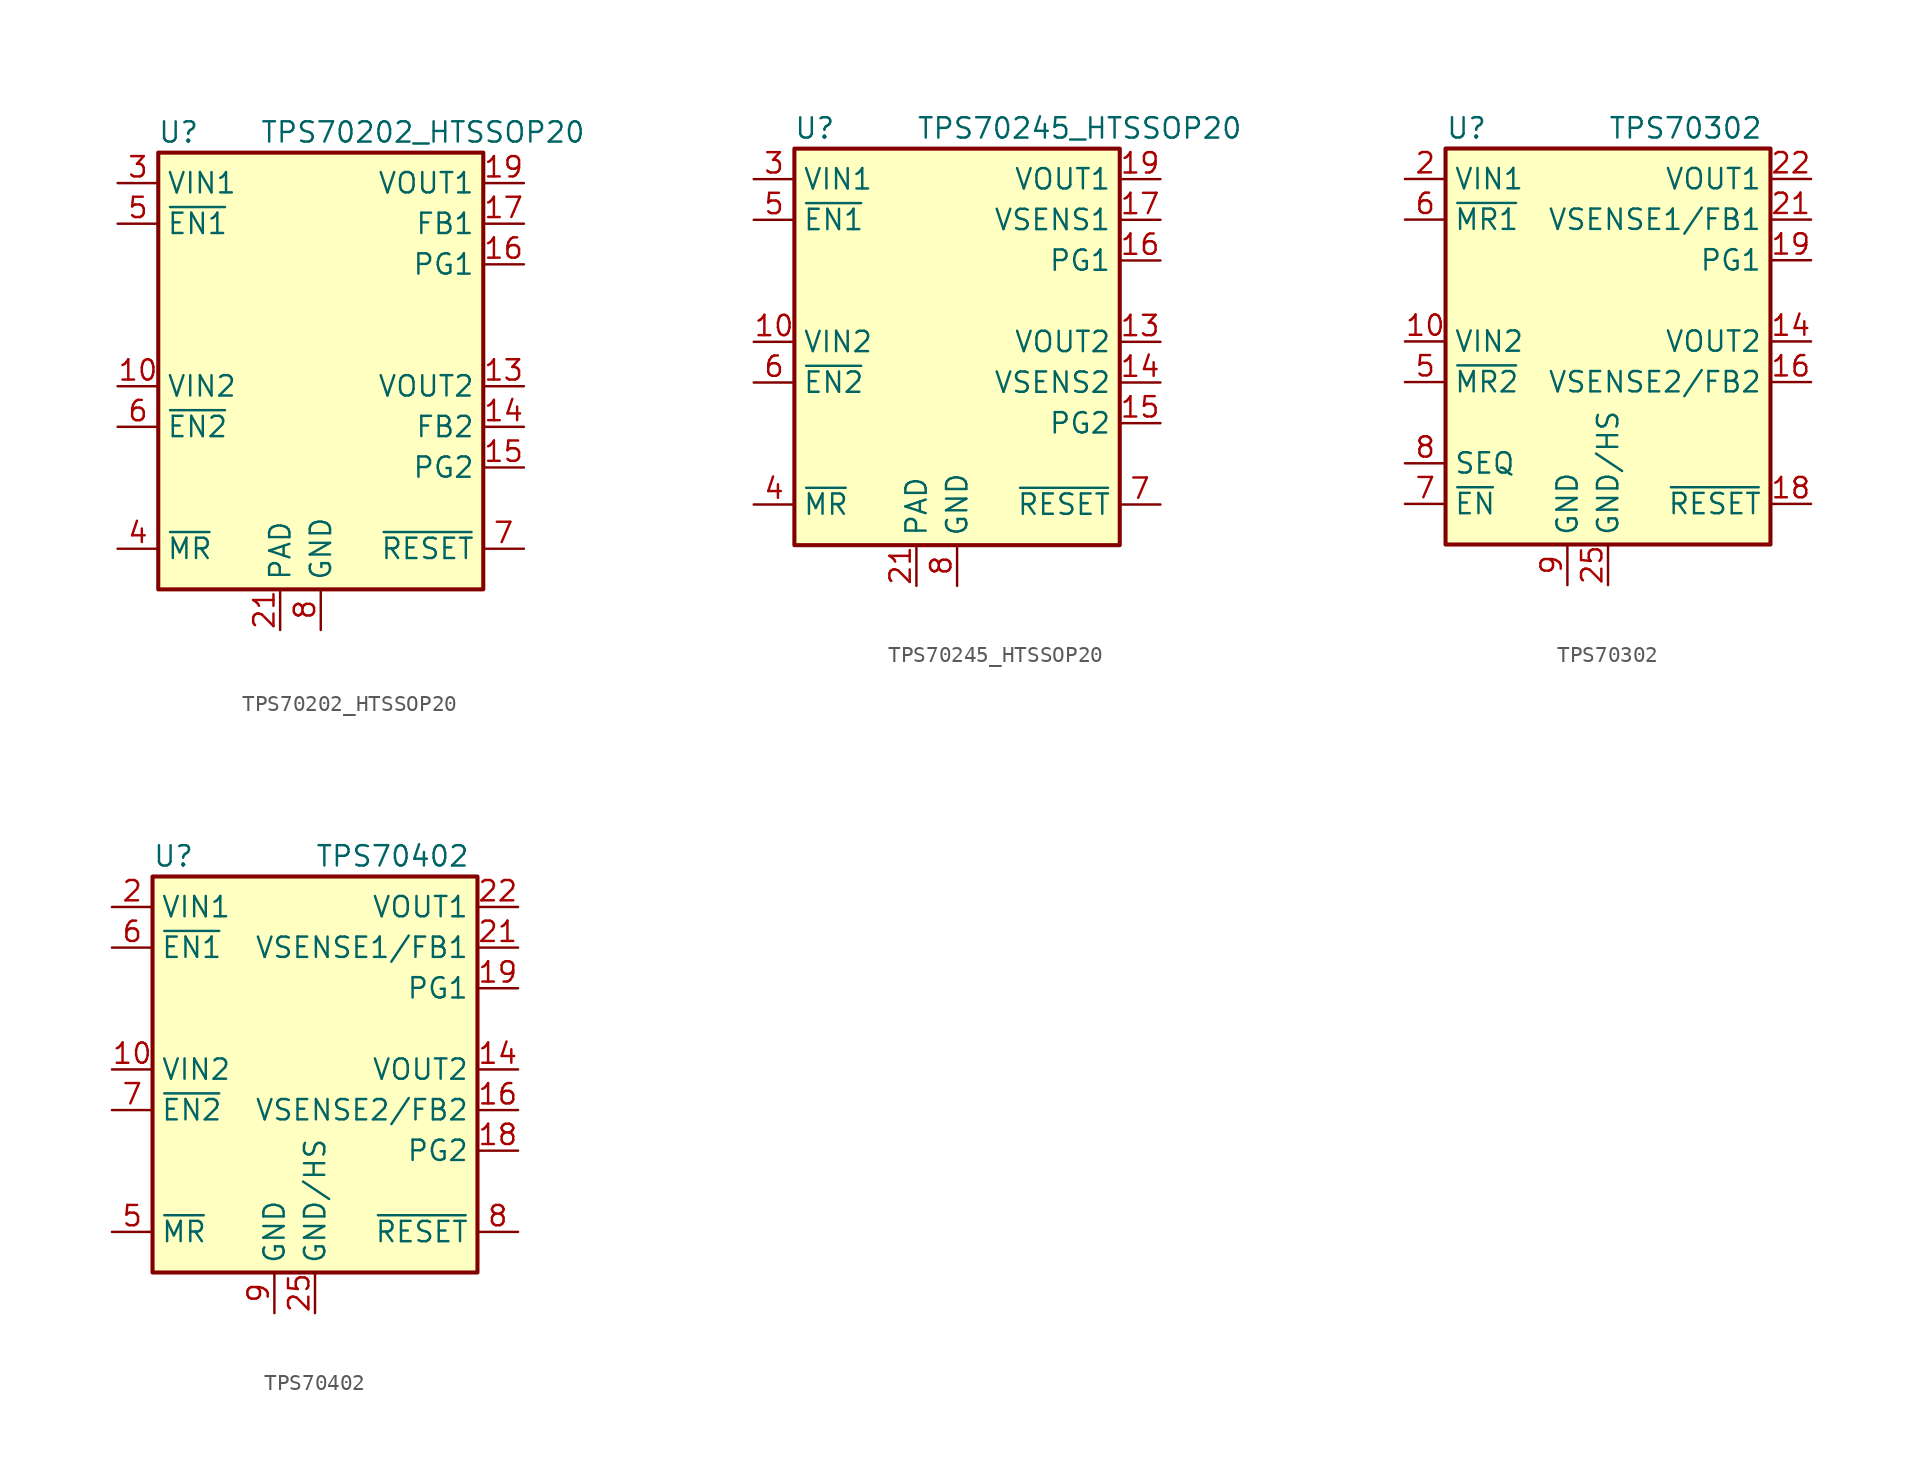
<source format=kicad_sym>
(kicad_symbol_lib
  (version 20220914)
  (generator kicad_symbol_editor)
  (symbol "TPS70202_HTSSOP20"
    (property "Reference" "U"
      (at -8.89 15.875 0)
      (effects (font (size 1.27 1.27))))
    (property "Value" "TPS70202_HTSSOP20"
      (at -3.81 15.875 0)
      (effects (font (size 1.27 1.27)) (justify left)))
    (symbol "TPS70202_HTSSOP20_0_1"
      (rectangle (start -10.16 14.605) (end 10.16 -12.7) (stroke (width 0.254) (type solid)) (fill (type background))))
    (symbol "TPS70202_HTSSOP20_1_1"
      (pin no_connect line (at -12.7 7.62 0) (length 2.54) hide (name "NC" (effects (font (size 1.27 1.27)))) (number "1" (effects (font (size 1.27 1.27)))))
      (pin power_in line (at -12.7 0 0) (length 2.54) (name "VIN2" (effects (font (size 1.27 1.27)))) (number "10" (effects (font (size 1.27 1.27)))))
      (pin no_connect line (at -12.7 5.08 0) (length 2.54) hide (name "NC" (effects (font (size 1.27 1.27)))) (number "11" (effects (font (size 1.27 1.27)))))
      (pin passive line (at 12.7 0 180) (length 2.54) hide (name "VOUT2" (effects (font (size 1.27 1.27)))) (number "12" (effects (font (size 1.27 1.27)))))
      (pin power_out line (at 12.7 0 180) (length 2.54) (name "VOUT2" (effects (font (size 1.27 1.27)))) (number "13" (effects (font (size 1.27 1.27)))))
      (pin input line (at 12.7 -2.54 180) (length 2.54) (name "FB2" (effects (font (size 1.27 1.27)))) (number "14" (effects (font (size 1.27 1.27)))))
      (pin open_collector line (at 12.7 -5.08 180) (length 2.54) (name "PG2" (effects (font (size 1.27 1.27)))) (number "15" (effects (font (size 1.27 1.27)))))
      (pin open_collector line (at 12.7 7.62 180) (length 2.54) (name "PG1" (effects (font (size 1.27 1.27)))) (number "16" (effects (font (size 1.27 1.27)))))
      (pin input line (at 12.7 10.16 180) (length 2.54) (name "FB1" (effects (font (size 1.27 1.27)))) (number "17" (effects (font (size 1.27 1.27)))))
      (pin passive line (at 12.7 12.7 180) (length 2.54) hide (name "VOUT1" (effects (font (size 1.27 1.27)))) (number "18" (effects (font (size 1.27 1.27)))))
      (pin power_out line (at 12.7 12.7 180) (length 2.54) (name "VOUT1" (effects (font (size 1.27 1.27)))) (number "19" (effects (font (size 1.27 1.27)))))
      (pin passive line (at -12.7 12.7 0) (length 2.54) hide (name "VIN1" (effects (font (size 1.27 1.27)))) (number "2" (effects (font (size 1.27 1.27)))))
      (pin no_connect line (at -12.7 -5.08 0) (length 2.54) hide (name "NC" (effects (font (size 1.27 1.27)))) (number "20" (effects (font (size 1.27 1.27)))))
      (pin power_in line (at -2.54 -15.24 90) (length 2.54) (name "PAD" (effects (font (size 1.27 1.27)))) (number "21" (effects (font (size 1.27 1.27)))))
      (pin power_in line (at -12.7 12.7 0) (length 2.54) (name "VIN1" (effects (font (size 1.27 1.27)))) (number "3" (effects (font (size 1.27 1.27)))))
      (pin input line (at -12.7 -10.16 0) (length 2.54) (name "~{MR}" (effects (font (size 1.27 1.27)))) (number "4" (effects (font (size 1.27 1.27)))))
      (pin input line (at -12.7 10.16 0) (length 2.54) (name "~{EN1}" (effects (font (size 1.27 1.27)))) (number "5" (effects (font (size 1.27 1.27)))))
      (pin input line (at -12.7 -2.54 0) (length 2.54) (name "~{EN2}" (effects (font (size 1.27 1.27)))) (number "6" (effects (font (size 1.27 1.27)))))
      (pin open_collector line (at 12.7 -10.16 180) (length 2.54) (name "~{RESET}" (effects (font (size 1.27 1.27)))) (number "7" (effects (font (size 1.27 1.27)))))
      (pin power_in line (at 0 -15.24 90) (length 2.54) (name "GND" (effects (font (size 1.27 1.27)))) (number "8" (effects (font (size 1.27 1.27)))))
      (pin passive line (at -12.7 0 0) (length 2.54) hide (name "VIN2" (effects (font (size 1.27 1.27)))) (number "9" (effects (font (size 1.27 1.27)))))))
  (symbol "TPS70245_HTSSOP20"
    (property "Reference" "U"
      (at -8.89 13.335 0)
      (effects (font (size 1.27 1.27))))
    (property "Value" "TPS70245_HTSSOP20"
      (at -2.54 13.335 0)
      (effects (font (size 1.27 1.27)) (justify left)))
    (symbol "TPS70245_HTSSOP20_0_1"
      (rectangle (start -10.16 12.065) (end 10.16 -12.7) (stroke (width 0.254) (type solid)) (fill (type background))))
    (symbol "TPS70245_HTSSOP20_1_1"
      (pin no_connect line (at -12.7 5.08 0) (length 2.54) hide (name "NC" (effects (font (size 1.27 1.27)))) (number "1" (effects (font (size 1.27 1.27)))))
      (pin power_in line (at -12.7 0 0) (length 2.54) (name "VIN2" (effects (font (size 1.27 1.27)))) (number "10" (effects (font (size 1.27 1.27)))))
      (pin no_connect line (at -12.7 -5.08 0) (length 2.54) hide (name "NC" (effects (font (size 1.27 1.27)))) (number "11" (effects (font (size 1.27 1.27)))))
      (pin passive line (at 12.7 0 180) (length 2.54) hide (name "VOUT2" (effects (font (size 1.27 1.27)))) (number "12" (effects (font (size 1.27 1.27)))))
      (pin power_out line (at 12.7 0 180) (length 2.54) (name "VOUT2" (effects (font (size 1.27 1.27)))) (number "13" (effects (font (size 1.27 1.27)))))
      (pin input line (at 12.7 -2.54 180) (length 2.54) (name "VSENS2" (effects (font (size 1.27 1.27)))) (number "14" (effects (font (size 1.27 1.27)))))
      (pin open_collector line (at 12.7 -5.08 180) (length 2.54) (name "PG2" (effects (font (size 1.27 1.27)))) (number "15" (effects (font (size 1.27 1.27)))))
      (pin open_collector line (at 12.7 5.08 180) (length 2.54) (name "PG1" (effects (font (size 1.27 1.27)))) (number "16" (effects (font (size 1.27 1.27)))))
      (pin input line (at 12.7 7.62 180) (length 2.54) (name "VSENS1" (effects (font (size 1.27 1.27)))) (number "17" (effects (font (size 1.27 1.27)))))
      (pin passive line (at 12.7 10.16 180) (length 2.54) hide (name "VOUT1" (effects (font (size 1.27 1.27)))) (number "18" (effects (font (size 1.27 1.27)))))
      (pin power_out line (at 12.7 10.16 180) (length 2.54) (name "VOUT1" (effects (font (size 1.27 1.27)))) (number "19" (effects (font (size 1.27 1.27)))))
      (pin passive line (at -12.7 10.16 0) (length 2.54) hide (name "VIN1" (effects (font (size 1.27 1.27)))) (number "2" (effects (font (size 1.27 1.27)))))
      (pin no_connect line (at 2.54 -15.24 90) (length 2.54) hide (name "NC" (effects (font (size 1.27 1.27)))) (number "20" (effects (font (size 1.27 1.27)))))
      (pin power_in line (at -2.54 -15.24 90) (length 2.54) (name "PAD" (effects (font (size 1.27 1.27)))) (number "21" (effects (font (size 1.27 1.27)))))
      (pin power_in line (at -12.7 10.16 0) (length 2.54) (name "VIN1" (effects (font (size 1.27 1.27)))) (number "3" (effects (font (size 1.27 1.27)))))
      (pin input line (at -12.7 -10.16 0) (length 2.54) (name "~{MR}" (effects (font (size 1.27 1.27)))) (number "4" (effects (font (size 1.27 1.27)))))
      (pin input line (at -12.7 7.62 0) (length 2.54) (name "~{EN1}" (effects (font (size 1.27 1.27)))) (number "5" (effects (font (size 1.27 1.27)))))
      (pin input line (at -12.7 -2.54 0) (length 2.54) (name "~{EN2}" (effects (font (size 1.27 1.27)))) (number "6" (effects (font (size 1.27 1.27)))))
      (pin open_collector line (at 12.7 -10.16 180) (length 2.54) (name "~{RESET}" (effects (font (size 1.27 1.27)))) (number "7" (effects (font (size 1.27 1.27)))))
      (pin power_in line (at 0 -15.24 90) (length 2.54) (name "GND" (effects (font (size 1.27 1.27)))) (number "8" (effects (font (size 1.27 1.27)))))
      (pin passive line (at -12.7 0 0) (length 2.54) hide (name "VIN2" (effects (font (size 1.27 1.27)))) (number "9" (effects (font (size 1.27 1.27)))))))
  (symbol "TPS70302"
    (property "Reference" "U"
      (at -10.16 13.335 0)
      (effects (font (size 1.27 1.27)) (justify left)))
    (property "Value" "TPS70302"
      (at 0 13.335 0)
      (effects (font (size 1.27 1.27)) (justify left)))
    (symbol "TPS70302_0_1"
      (rectangle (start -10.16 12.065) (end 10.16 -12.7) (stroke (width 0.254) (type solid)) (fill (type background))))
    (symbol "TPS70302_1_1"
      (pin passive line (at 0 -15.24 90) (length 2.54) hide (name "GND/HS" (effects (font (size 1.27 1.27)))) (number "1" (effects (font (size 1.27 1.27)))))
      (pin power_in line (at -12.7 0 0) (length 2.54) (name "VIN2" (effects (font (size 1.27 1.27)))) (number "10" (effects (font (size 1.27 1.27)))))
      (pin passive line (at -12.7 0 0) (length 2.54) hide (name "VIN2" (effects (font (size 1.27 1.27)))) (number "11" (effects (font (size 1.27 1.27)))))
      (pin passive line (at 0 -15.24 90) (length 2.54) hide (name "GND/HS" (effects (font (size 1.27 1.27)))) (number "12" (effects (font (size 1.27 1.27)))))
      (pin passive line (at 0 -15.24 90) (length 2.54) hide (name "GND/HS" (effects (font (size 1.27 1.27)))) (number "13" (effects (font (size 1.27 1.27)))))
      (pin power_out line (at 12.7 0 180) (length 2.54) (name "VOUT2" (effects (font (size 1.27 1.27)))) (number "14" (effects (font (size 1.27 1.27)))))
      (pin passive line (at 12.7 0 180) (length 2.54) hide (name "VOUT2" (effects (font (size 1.27 1.27)))) (number "15" (effects (font (size 1.27 1.27)))))
      (pin input line (at 12.7 -2.54 180) (length 2.54) (name "VSENSE2/FB2" (effects (font (size 1.27 1.27)))) (number "16" (effects (font (size 1.27 1.27)))))
      (pin no_connect line (at -10.16 2.54 0) (length 2.54) hide (name "NC" (effects (font (size 1.27 1.27)))) (number "17" (effects (font (size 1.27 1.27)))))
      (pin open_collector line (at 12.7 -10.16 180) (length 2.54) (name "~{RESET}" (effects (font (size 1.27 1.27)))) (number "18" (effects (font (size 1.27 1.27)))))
      (pin open_collector line (at 12.7 5.08 180) (length 2.54) (name "PG1" (effects (font (size 1.27 1.27)))) (number "19" (effects (font (size 1.27 1.27)))))
      (pin power_in line (at -12.7 10.16 0) (length 2.54) (name "VIN1" (effects (font (size 1.27 1.27)))) (number "2" (effects (font (size 1.27 1.27)))))
      (pin no_connect line (at -10.16 -5.08 0) (length 2.54) hide (name "NC" (effects (font (size 1.27 1.27)))) (number "20" (effects (font (size 1.27 1.27)))))
      (pin input line (at 12.7 7.62 180) (length 2.54) (name "VSENSE1/FB1" (effects (font (size 1.27 1.27)))) (number "21" (effects (font (size 1.27 1.27)))))
      (pin power_out line (at 12.7 10.16 180) (length 2.54) (name "VOUT1" (effects (font (size 1.27 1.27)))) (number "22" (effects (font (size 1.27 1.27)))))
      (pin passive line (at 12.7 10.16 180) (length 2.54) hide (name "VOUT1" (effects (font (size 1.27 1.27)))) (number "23" (effects (font (size 1.27 1.27)))))
      (pin passive line (at 0 -15.24 90) (length 2.54) hide (name "GND/HS" (effects (font (size 1.27 1.27)))) (number "24" (effects (font (size 1.27 1.27)))))
      (pin power_in line (at 0 -15.24 90) (length 2.54) (name "GND/HS" (effects (font (size 1.27 1.27)))) (number "25" (effects (font (size 1.27 1.27)))))
      (pin passive line (at -12.7 10.16 0) (length 2.54) hide (name "VIN1" (effects (font (size 1.27 1.27)))) (number "3" (effects (font (size 1.27 1.27)))))
      (pin no_connect line (at -10.16 5.08 0) (length 2.54) hide (name "NC" (effects (font (size 1.27 1.27)))) (number "4" (effects (font (size 1.27 1.27)))))
      (pin input line (at -12.7 -2.54 0) (length 2.54) (name "~{MR2}" (effects (font (size 1.27 1.27)))) (number "5" (effects (font (size 1.27 1.27)))))
      (pin input line (at -12.7 7.62 0) (length 2.54) (name "~{MR1}" (effects (font (size 1.27 1.27)))) (number "6" (effects (font (size 1.27 1.27)))))
      (pin input line (at -12.7 -10.16 0) (length 2.54) (name "~{EN}" (effects (font (size 1.27 1.27)))) (number "7" (effects (font (size 1.27 1.27)))))
      (pin input line (at -12.7 -7.62 0) (length 2.54) (name "SEQ" (effects (font (size 1.27 1.27)))) (number "8" (effects (font (size 1.27 1.27)))))
      (pin power_in line (at -2.54 -15.24 90) (length 2.54) (name "GND" (effects (font (size 1.27 1.27)))) (number "9" (effects (font (size 1.27 1.27)))))))
  (symbol "TPS70402"
    (property "Reference" "U"
      (at -10.16 13.335 0)
      (effects (font (size 1.27 1.27)) (justify left)))
    (property "Value" "TPS70402"
      (at 0 13.335 0)
      (effects (font (size 1.27 1.27)) (justify left)))
    (symbol "TPS70402_0_1"
      (rectangle (start -10.16 12.065) (end 10.16 -12.7) (stroke (width 0.254) (type solid)) (fill (type background))))
    (symbol "TPS70402_1_1"
      (pin passive line (at 0 -15.24 90) (length 2.54) hide (name "GND/HS" (effects (font (size 1.27 1.27)))) (number "1" (effects (font (size 1.27 1.27)))))
      (pin power_in line (at -12.7 0 0) (length 2.54) (name "VIN2" (effects (font (size 1.27 1.27)))) (number "10" (effects (font (size 1.27 1.27)))))
      (pin passive line (at -12.7 0 0) (length 2.54) hide (name "VIN2" (effects (font (size 1.27 1.27)))) (number "11" (effects (font (size 1.27 1.27)))))
      (pin passive line (at 0 -15.24 90) (length 2.54) hide (name "GND/HS" (effects (font (size 1.27 1.27)))) (number "12" (effects (font (size 1.27 1.27)))))
      (pin passive line (at 0 -15.24 90) (length 2.54) hide (name "GND/HS" (effects (font (size 1.27 1.27)))) (number "13" (effects (font (size 1.27 1.27)))))
      (pin power_out line (at 12.7 0 180) (length 2.54) (name "VOUT2" (effects (font (size 1.27 1.27)))) (number "14" (effects (font (size 1.27 1.27)))))
      (pin passive line (at 12.7 0 180) (length 2.54) hide (name "VOUT2" (effects (font (size 1.27 1.27)))) (number "15" (effects (font (size 1.27 1.27)))))
      (pin input line (at 12.7 -2.54 180) (length 2.54) (name "VSENSE2/FB2" (effects (font (size 1.27 1.27)))) (number "16" (effects (font (size 1.27 1.27)))))
      (pin no_connect line (at -10.16 2.54 0) (length 2.54) hide (name "NC" (effects (font (size 1.27 1.27)))) (number "17" (effects (font (size 1.27 1.27)))))
      (pin open_collector line (at 12.7 -5.08 180) (length 2.54) (name "PG2" (effects (font (size 1.27 1.27)))) (number "18" (effects (font (size 1.27 1.27)))))
      (pin open_collector line (at 12.7 5.08 180) (length 2.54) (name "PG1" (effects (font (size 1.27 1.27)))) (number "19" (effects (font (size 1.27 1.27)))))
      (pin power_in line (at -12.7 10.16 0) (length 2.54) (name "VIN1" (effects (font (size 1.27 1.27)))) (number "2" (effects (font (size 1.27 1.27)))))
      (pin no_connect line (at -10.16 -5.08 0) (length 2.54) hide (name "NC" (effects (font (size 1.27 1.27)))) (number "20" (effects (font (size 1.27 1.27)))))
      (pin input line (at 12.7 7.62 180) (length 2.54) (name "VSENSE1/FB1" (effects (font (size 1.27 1.27)))) (number "21" (effects (font (size 1.27 1.27)))))
      (pin power_out line (at 12.7 10.16 180) (length 2.54) (name "VOUT1" (effects (font (size 1.27 1.27)))) (number "22" (effects (font (size 1.27 1.27)))))
      (pin passive line (at 12.7 10.16 180) (length 2.54) hide (name "VOUT1" (effects (font (size 1.27 1.27)))) (number "23" (effects (font (size 1.27 1.27)))))
      (pin passive line (at 0 -15.24 90) (length 2.54) hide (name "GND/HS" (effects (font (size 1.27 1.27)))) (number "24" (effects (font (size 1.27 1.27)))))
      (pin power_in line (at 0 -15.24 90) (length 2.54) (name "GND/HS" (effects (font (size 1.27 1.27)))) (number "25" (effects (font (size 1.27 1.27)))))
      (pin passive line (at -12.7 10.16 0) (length 2.54) hide (name "VIN1" (effects (font (size 1.27 1.27)))) (number "3" (effects (font (size 1.27 1.27)))))
      (pin no_connect line (at -10.16 5.08 0) (length 2.54) hide (name "NC" (effects (font (size 1.27 1.27)))) (number "4" (effects (font (size 1.27 1.27)))))
      (pin input line (at -12.7 -10.16 0) (length 2.54) (name "~{MR}" (effects (font (size 1.27 1.27)))) (number "5" (effects (font (size 1.27 1.27)))))
      (pin input line (at -12.7 7.62 0) (length 2.54) (name "~{EN1}" (effects (font (size 1.27 1.27)))) (number "6" (effects (font (size 1.27 1.27)))))
      (pin input line (at -12.7 -2.54 0) (length 2.54) (name "~{EN2}" (effects (font (size 1.27 1.27)))) (number "7" (effects (font (size 1.27 1.27)))))
      (pin open_collector line (at 12.7 -10.16 180) (length 2.54) (name "~{RESET}" (effects (font (size 1.27 1.27)))) (number "8" (effects (font (size 1.27 1.27)))))
      (pin power_in line (at -2.54 -15.24 90) (length 2.54) (name "GND" (effects (font (size 1.27 1.27)))) (number "9" (effects (font (size 1.27 1.27))))))))
</source>
